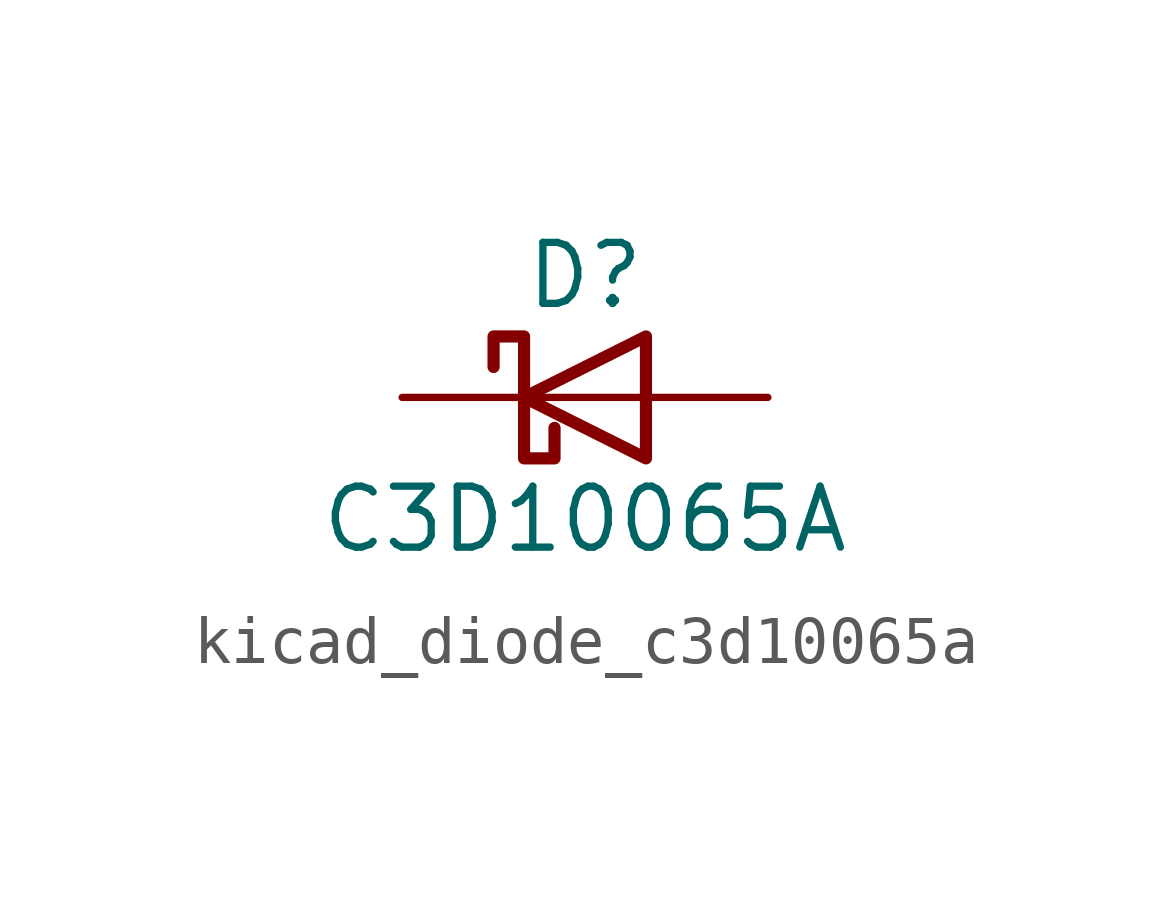
<source format=kicad_sym>
(kicad_symbol_lib
  (version 20220914)
  (generator kicad_symbol_editor)
  (symbol "kicad_diode_c3d10065a"
    (pin_numbers hide)
    (pin_names
      (offset 1.016) hide)
    (property "Reference" "D"
      (at 0 2.54 0)
      (effects (font (size 1.27 1.27))))
    (property "Value" "C3D10065A"
      (at 0 -2.54 0)
      (effects (font (size 1.27 1.27))))
    (symbol "kicad_diode_c3d10065a_0_1"
      (polyline (pts (xy 1.27 0) (xy -1.27 0)) (stroke (width 0) (type default)) (fill (type none)))
      (polyline (pts (xy 1.27 1.27) (xy 1.27 -1.27) (xy -1.27 0) (xy 1.27 1.27)) (stroke (width 0.254) (type default)) (fill (type none)))
      (polyline (pts (xy -1.905 0.635) (xy -1.905 1.27) (xy -1.27 1.27) (xy -1.27 -1.27) (xy -0.635 -1.27) (xy -0.635 -0.635)) (stroke (width 0.254) (type default)) (fill (type none))))
    (symbol "kicad_diode_c3d10065a_1_1"
      (pin passive line (at -3.81 0 0) (length 2.54) (name "K" (effects (font (size 1.27 1.27)))) (number "1" (effects (font (size 1.27 1.27)))))
      (pin passive line (at 3.81 0 180) (length 2.54) (name "A" (effects (font (size 1.27 1.27)))) (number "2" (effects (font (size 1.27 1.27))))))))
</source>
